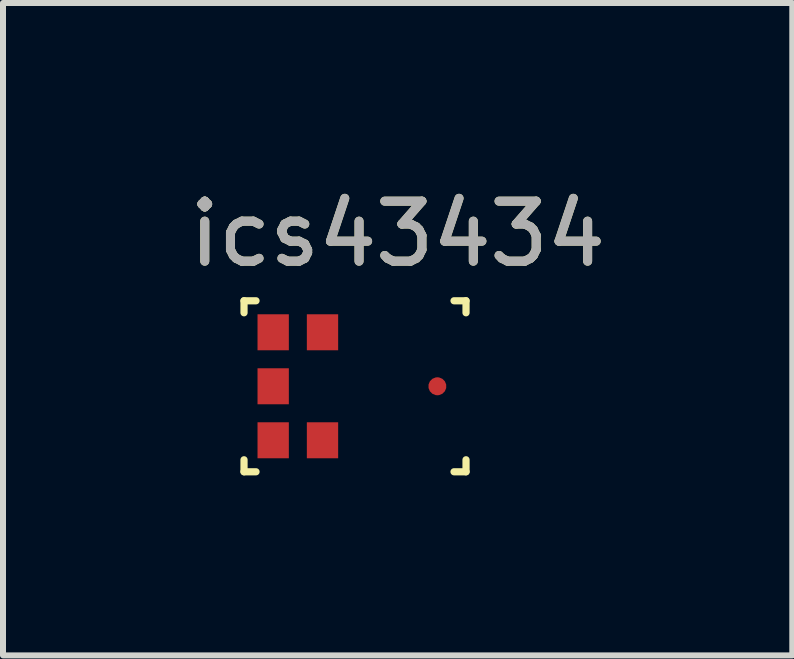
<source format=kicad_pcb>
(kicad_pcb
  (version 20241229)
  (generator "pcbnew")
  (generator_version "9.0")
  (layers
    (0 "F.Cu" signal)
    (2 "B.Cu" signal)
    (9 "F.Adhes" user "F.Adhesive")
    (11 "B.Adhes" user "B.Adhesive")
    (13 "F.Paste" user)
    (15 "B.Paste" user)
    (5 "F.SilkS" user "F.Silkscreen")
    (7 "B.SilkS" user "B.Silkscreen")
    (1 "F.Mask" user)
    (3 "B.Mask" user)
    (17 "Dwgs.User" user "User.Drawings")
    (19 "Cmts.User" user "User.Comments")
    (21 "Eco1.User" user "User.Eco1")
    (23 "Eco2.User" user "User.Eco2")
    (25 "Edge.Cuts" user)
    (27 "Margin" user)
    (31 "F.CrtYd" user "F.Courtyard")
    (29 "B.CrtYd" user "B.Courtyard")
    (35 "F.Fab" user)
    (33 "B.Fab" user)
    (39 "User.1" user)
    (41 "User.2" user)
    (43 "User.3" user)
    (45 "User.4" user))
  (footprint "ics43434"
    (layer "F.Cu")
    (at 3.577 3.388)
    (property "Reference" "ics43434" (at 0 -2.54 0) (unlocked yes) (layer "F.SilkS") (effects (font (size 1 1) (thickness 0.15))))
    (attr smd)
    (fp_line (start -2.56 -1.425) (end -2.56 -1.225) (stroke (width 0.12) (type solid)) (layer "F.SilkS"))
    (fp_line (start -2.56 1.225) (end -2.56 1.425) (stroke (width 0.12) (type solid)) (layer "F.SilkS"))
    (fp_line (start -2.56 1.425) (end -2.36 1.425) (stroke (width 0.12) (type solid)) (layer "F.SilkS"))
    (fp_line (start -2.36 -1.425) (end -2.56 -1.425) (stroke (width 0.12) (type solid)) (layer "F.SilkS"))
    (fp_line (start 0.94 1.425) (end 1.14 1.425) (stroke (width 0.12) (type solid)) (layer "F.SilkS"))
    (fp_line (start 1.14 -1.425) (end 0.94 -1.425) (stroke (width 0.12) (type solid)) (layer "F.SilkS"))
    (fp_line (start 1.14 -1.425) (end 1.14 -1.225) (stroke (width 0.12) (type solid)) (layer "F.SilkS"))
    (fp_line (start 1.14 1.225) (end 1.14 1.425) (stroke (width 0.12) (type solid)) (layer "F.SilkS"))
    (fp_text user "${REFERENCE}" (at 0 -2.54 0) (unlocked yes) (layer "F.Fab") (effects (font (size 1 1) (thickness 0.15))))
    (pad "" np_thru_hole circle (at 0 0) (size 0.001 0.001) (drill 0.6) (layers "*.Cu" "*.Mask"))
    (pad "1" smd rect (at -2.074 0.9) (size 0.522 0.6) (layers "F.Cu" "F.Mask" "F.Paste"))
    (pad "2" smd rect (at -1.252 0.9) (size 0.522 0.6) (layers "F.Cu" "F.Mask" "F.Paste"))
    (pad "3" smd custom (at 0 0) (size 0.001 0.001) (layers "F.Cu" "F.Mask" "F.Paste") (options (anchor circle)) (primitives (gr_arc (start 0.6625 0) (mid -0.6625 0) (end 0.6625 0) (width 0.3))))
    (pad "4" smd rect (at -1.252 -0.9) (size 0.522 0.6) (layers "F.Cu" "F.Mask" "F.Paste"))
    (pad "5" smd rect (at -2.074 -0.9) (size 0.522 0.6) (layers "F.Cu" "F.Mask" "F.Paste"))
    (pad "6" smd rect (at -2.074 0) (size 0.522 0.6) (layers "F.Cu" "F.Mask" "F.Paste")))
  (gr_rect
    (start -3 -3)
    (end 10.155 7.873)
    (stroke (width 0.1) (type default))
    (fill no)
    (layer "Edge.Cuts")))
</source>
